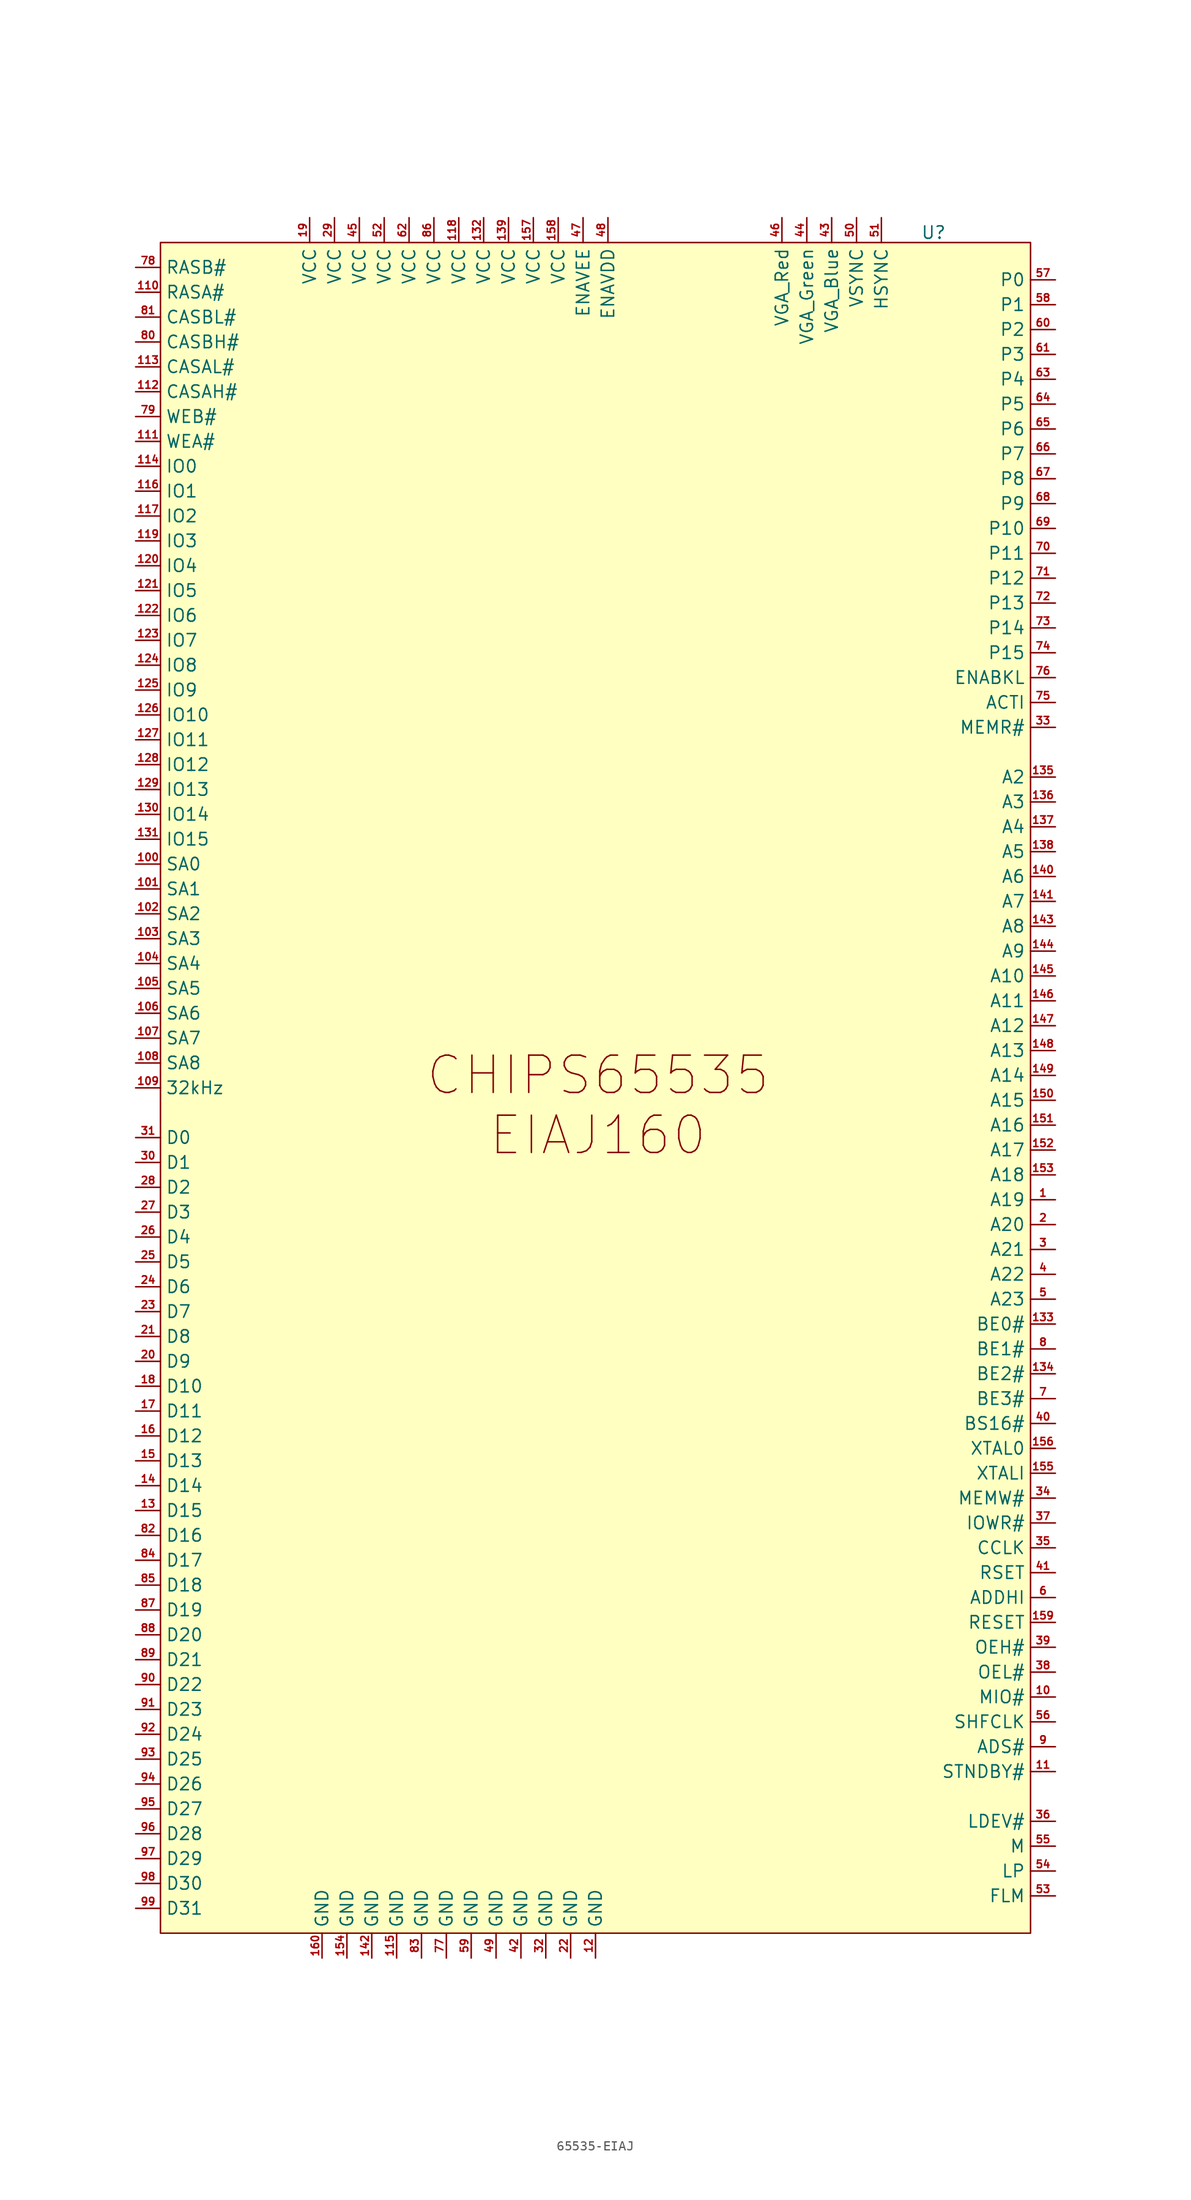
<source format=kicad_sym>
(kicad_symbol_lib
  (version 20241209)
  (generator "kicad_symbol_editor")
  (generator_version "9.0")
  (symbol "65535-EIAJ"
    (property "Reference" "U"
      (at 34.544 88.646 0)
      (effects (font (size 1.27 1.27))))
    (property "Value" ""
      (at 0 0 0)
      (effects (font (size 1.27 1.27))))
    (symbol "65535-EIAJ_1_1"
      (rectangle (start -44.45 87.63) (end 44.45 -85.09) (stroke (width 0) (type solid)) (fill (type color) (color 255 255 194 1)))
      (text "CHIPS65535\nEIAJ160" (at 0.254 -0.508 0) (effects (font (size 3.81 3.81))))
      (pin output line (at -46.99 85.09 0) (length 2.54) (name "RASB#" (effects (font (size 1.27 1.27)))) (number "78" (effects (font (size 0.762 0.762)))))
      (pin output line (at -46.99 82.55 0) (length 2.54) (name "RASA#" (effects (font (size 1.27 1.27)))) (number "110" (effects (font (size 0.762 0.762)))))
      (pin output line (at -46.99 80.01 0) (length 2.54) (name "CASBL#" (effects (font (size 1.27 1.27)))) (number "81" (effects (font (size 0.762 0.762)))))
      (pin output line (at -46.99 77.47 0) (length 2.54) (name "CASBH#" (effects (font (size 1.27 1.27)))) (number "80" (effects (font (size 0.762 0.762)))))
      (pin output line (at -46.99 74.93 0) (length 2.54) (name "CASAL#" (effects (font (size 1.27 1.27)))) (number "113" (effects (font (size 0.762 0.762)))))
      (pin output line (at -46.99 72.39 0) (length 2.54) (name "CASAH#" (effects (font (size 1.27 1.27)))) (number "112" (effects (font (size 0.762 0.762)))))
      (pin input line (at -46.99 69.85 0) (length 2.54) (name "WEB#" (effects (font (size 1.27 1.27)))) (number "79" (effects (font (size 0.762 0.762)))))
      (pin output line (at -46.99 67.31 0) (length 2.54) (name "WEA#" (effects (font (size 1.27 1.27)))) (number "111" (effects (font (size 0.762 0.762)))))
      (pin bidirectional line (at -46.99 64.77 0) (length 2.54) (name "IO0" (effects (font (size 1.27 1.27)))) (number "114" (effects (font (size 0.762 0.762)))))
      (pin bidirectional line (at -46.99 62.23 0) (length 2.54) (name "IO1" (effects (font (size 1.27 1.27)))) (number "116" (effects (font (size 0.762 0.762)))))
      (pin bidirectional line (at -46.99 59.69 0) (length 2.54) (name "IO2" (effects (font (size 1.27 1.27)))) (number "117" (effects (font (size 0.762 0.762)))))
      (pin bidirectional line (at -46.99 57.15 0) (length 2.54) (name "IO3" (effects (font (size 1.27 1.27)))) (number "119" (effects (font (size 0.762 0.762)))))
      (pin bidirectional line (at -46.99 54.61 0) (length 2.54) (name "IO4" (effects (font (size 1.27 1.27)))) (number "120" (effects (font (size 0.762 0.762)))))
      (pin bidirectional line (at -46.99 52.07 0) (length 2.54) (name "IO5" (effects (font (size 1.27 1.27)))) (number "121" (effects (font (size 0.762 0.762)))))
      (pin bidirectional line (at -46.99 49.53 0) (length 2.54) (name "IO6" (effects (font (size 1.27 1.27)))) (number "122" (effects (font (size 0.762 0.762)))))
      (pin bidirectional line (at -46.99 46.99 0) (length 2.54) (name "IO7" (effects (font (size 1.27 1.27)))) (number "123" (effects (font (size 0.762 0.762)))))
      (pin bidirectional line (at -46.99 44.45 0) (length 2.54) (name "IO8" (effects (font (size 1.27 1.27)))) (number "124" (effects (font (size 0.762 0.762)))))
      (pin bidirectional line (at -46.99 41.91 0) (length 2.54) (name "IO9" (effects (font (size 1.27 1.27)))) (number "125" (effects (font (size 0.762 0.762)))))
      (pin bidirectional line (at -46.99 39.37 0) (length 2.54) (name "IO10" (effects (font (size 1.27 1.27)))) (number "126" (effects (font (size 0.762 0.762)))))
      (pin bidirectional line (at -46.99 36.83 0) (length 2.54) (name "IO11" (effects (font (size 1.27 1.27)))) (number "127" (effects (font (size 0.762 0.762)))))
      (pin bidirectional line (at -46.99 34.29 0) (length 2.54) (name "IO12" (effects (font (size 1.27 1.27)))) (number "128" (effects (font (size 0.762 0.762)))))
      (pin bidirectional line (at -46.99 31.75 0) (length 2.54) (name "IO13" (effects (font (size 1.27 1.27)))) (number "129" (effects (font (size 0.762 0.762)))))
      (pin bidirectional line (at -46.99 29.21 0) (length 2.54) (name "IO14" (effects (font (size 1.27 1.27)))) (number "130" (effects (font (size 0.762 0.762)))))
      (pin bidirectional line (at -46.99 26.67 0) (length 2.54) (name "IO15" (effects (font (size 1.27 1.27)))) (number "131" (effects (font (size 0.762 0.762)))))
      (pin bidirectional line (at -46.99 24.13 0) (length 2.54) (name "SA0" (effects (font (size 1.27 1.27)))) (number "100" (effects (font (size 0.762 0.762)))))
      (pin bidirectional line (at -46.99 21.59 0) (length 2.54) (name "SA1" (effects (font (size 1.27 1.27)))) (number "101" (effects (font (size 0.762 0.762)))))
      (pin bidirectional line (at -46.99 19.05 0) (length 2.54) (name "SA2" (effects (font (size 1.27 1.27)))) (number "102" (effects (font (size 0.762 0.762)))))
      (pin bidirectional line (at -46.99 16.51 0) (length 2.54) (name "SA3" (effects (font (size 1.27 1.27)))) (number "103" (effects (font (size 0.762 0.762)))))
      (pin bidirectional line (at -46.99 13.97 0) (length 2.54) (name "SA4" (effects (font (size 1.27 1.27)))) (number "104" (effects (font (size 0.762 0.762)))))
      (pin bidirectional line (at -46.99 11.43 0) (length 2.54) (name "SA5" (effects (font (size 1.27 1.27)))) (number "105" (effects (font (size 0.762 0.762)))))
      (pin bidirectional line (at -46.99 8.89 0) (length 2.54) (name "SA6" (effects (font (size 1.27 1.27)))) (number "106" (effects (font (size 0.762 0.762)))))
      (pin bidirectional line (at -46.99 6.35 0) (length 2.54) (name "SA7" (effects (font (size 1.27 1.27)))) (number "107" (effects (font (size 0.762 0.762)))))
      (pin bidirectional line (at -46.99 3.81 0) (length 2.54) (name "SA8" (effects (font (size 1.27 1.27)))) (number "108" (effects (font (size 0.762 0.762)))))
      (pin bidirectional line (at -46.99 1.27 0) (length 2.54) (name "32kHz" (effects (font (size 1.27 1.27)))) (number "109" (effects (font (size 0.762 0.762)))))
      (pin bidirectional line (at -46.99 -3.81 0) (length 2.54) (name "D0" (effects (font (size 1.27 1.27)))) (number "31" (effects (font (size 0.762 0.762)))))
      (pin bidirectional line (at -46.99 -6.35 0) (length 2.54) (name "D1" (effects (font (size 1.27 1.27)))) (number "30" (effects (font (size 0.762 0.762)))))
      (pin bidirectional line (at -46.99 -8.89 0) (length 2.54) (name "D2" (effects (font (size 1.27 1.27)))) (number "28" (effects (font (size 0.762 0.762)))))
      (pin bidirectional line (at -46.99 -11.43 0) (length 2.54) (name "D3" (effects (font (size 1.27 1.27)))) (number "27" (effects (font (size 0.762 0.762)))))
      (pin bidirectional line (at -46.99 -13.97 0) (length 2.54) (name "D4" (effects (font (size 1.27 1.27)))) (number "26" (effects (font (size 0.762 0.762)))))
      (pin bidirectional line (at -46.99 -16.51 0) (length 2.54) (name "D5" (effects (font (size 1.27 1.27)))) (number "25" (effects (font (size 0.762 0.762)))))
      (pin bidirectional line (at -46.99 -19.05 0) (length 2.54) (name "D6" (effects (font (size 1.27 1.27)))) (number "24" (effects (font (size 0.762 0.762)))))
      (pin bidirectional line (at -46.99 -21.59 0) (length 2.54) (name "D7" (effects (font (size 1.27 1.27)))) (number "23" (effects (font (size 0.762 0.762)))))
      (pin bidirectional line (at -46.99 -24.13 0) (length 2.54) (name "D8" (effects (font (size 1.27 1.27)))) (number "21" (effects (font (size 0.762 0.762)))))
      (pin bidirectional line (at -46.99 -26.67 0) (length 2.54) (name "D9" (effects (font (size 1.27 1.27)))) (number "20" (effects (font (size 0.762 0.762)))))
      (pin bidirectional line (at -46.99 -29.21 0) (length 2.54) (name "D10" (effects (font (size 1.27 1.27)))) (number "18" (effects (font (size 0.762 0.762)))))
      (pin bidirectional line (at -46.99 -31.75 0) (length 2.54) (name "D11" (effects (font (size 1.27 1.27)))) (number "17" (effects (font (size 0.762 0.762)))))
      (pin bidirectional line (at -46.99 -34.29 0) (length 2.54) (name "D12" (effects (font (size 1.27 1.27)))) (number "16" (effects (font (size 0.762 0.762)))))
      (pin bidirectional line (at -46.99 -36.83 0) (length 2.54) (name "D13" (effects (font (size 1.27 1.27)))) (number "15" (effects (font (size 0.762 0.762)))))
      (pin bidirectional line (at -46.99 -39.37 0) (length 2.54) (name "D14" (effects (font (size 1.27 1.27)))) (number "14" (effects (font (size 0.762 0.762)))))
      (pin bidirectional line (at -46.99 -41.91 0) (length 2.54) (name "D15" (effects (font (size 1.27 1.27)))) (number "13" (effects (font (size 0.762 0.762)))))
      (pin bidirectional line (at -46.99 -44.45 0) (length 2.54) (name "D16" (effects (font (size 1.27 1.27)))) (number "82" (effects (font (size 0.762 0.762)))))
      (pin bidirectional line (at -46.99 -46.99 0) (length 2.54) (name "D17" (effects (font (size 1.27 1.27)))) (number "84" (effects (font (size 0.762 0.762)))))
      (pin bidirectional line (at -46.99 -49.53 0) (length 2.54) (name "D18" (effects (font (size 1.27 1.27)))) (number "85" (effects (font (size 0.762 0.762)))))
      (pin bidirectional line (at -46.99 -52.07 0) (length 2.54) (name "D19" (effects (font (size 1.27 1.27)))) (number "87" (effects (font (size 0.762 0.762)))))
      (pin bidirectional line (at -46.99 -54.61 0) (length 2.54) (name "D20" (effects (font (size 1.27 1.27)))) (number "88" (effects (font (size 0.762 0.762)))))
      (pin bidirectional line (at -46.99 -57.15 0) (length 2.54) (name "D21" (effects (font (size 1.27 1.27)))) (number "89" (effects (font (size 0.762 0.762)))))
      (pin bidirectional line (at -46.99 -59.69 0) (length 2.54) (name "D22" (effects (font (size 1.27 1.27)))) (number "90" (effects (font (size 0.762 0.762)))))
      (pin bidirectional line (at -46.99 -62.23 0) (length 2.54) (name "D23" (effects (font (size 1.27 1.27)))) (number "91" (effects (font (size 0.762 0.762)))))
      (pin bidirectional line (at -46.99 -64.77 0) (length 2.54) (name "D24" (effects (font (size 1.27 1.27)))) (number "92" (effects (font (size 0.762 0.762)))))
      (pin bidirectional line (at -46.99 -67.31 0) (length 2.54) (name "D25" (effects (font (size 1.27 1.27)))) (number "93" (effects (font (size 0.762 0.762)))))
      (pin bidirectional line (at -46.99 -69.85 0) (length 2.54) (name "D26" (effects (font (size 1.27 1.27)))) (number "94" (effects (font (size 0.762 0.762)))))
      (pin bidirectional line (at -46.99 -72.39 0) (length 2.54) (name "D27" (effects (font (size 1.27 1.27)))) (number "95" (effects (font (size 0.762 0.762)))))
      (pin bidirectional line (at -46.99 -74.93 0) (length 2.54) (name "D28" (effects (font (size 1.27 1.27)))) (number "96" (effects (font (size 0.762 0.762)))))
      (pin bidirectional line (at -46.99 -77.47 0) (length 2.54) (name "D29" (effects (font (size 1.27 1.27)))) (number "97" (effects (font (size 0.762 0.762)))))
      (pin bidirectional line (at -46.99 -80.01 0) (length 2.54) (name "D30" (effects (font (size 1.27 1.27)))) (number "98" (effects (font (size 0.762 0.762)))))
      (pin bidirectional line (at -46.99 -82.55 0) (length 2.54) (name "D31" (effects (font (size 1.27 1.27)))) (number "99" (effects (font (size 0.762 0.762)))))
      (pin power_in line (at -29.21 90.17 270) (length 2.54) (name "VCC" (effects (font (size 1.27 1.27)))) (number "19" (effects (font (size 0.762 0.762)))))
      (pin power_in line (at -27.94 -87.63 90) (length 2.54) (name "GND" (effects (font (size 1.27 1.27)))) (number "160" (effects (font (size 0.762 0.762)))))
      (pin power_in line (at -26.67 90.17 270) (length 2.54) (name "VCC" (effects (font (size 1.27 1.27)))) (number "29" (effects (font (size 0.762 0.762)))))
      (pin power_in line (at -25.4 -87.63 90) (length 2.54) (name "GND" (effects (font (size 1.27 1.27)))) (number "154" (effects (font (size 0.762 0.762)))))
      (pin power_in line (at -24.13 90.17 270) (length 2.54) (name "VCC" (effects (font (size 1.27 1.27)))) (number "45" (effects (font (size 0.762 0.762)))))
      (pin power_in line (at -22.86 -87.63 90) (length 2.54) (name "GND" (effects (font (size 1.27 1.27)))) (number "142" (effects (font (size 0.762 0.762)))))
      (pin power_in line (at -21.59 90.17 270) (length 2.54) (name "VCC" (effects (font (size 1.27 1.27)))) (number "52" (effects (font (size 0.762 0.762)))))
      (pin power_in line (at -20.32 -87.63 90) (length 2.54) (name "GND" (effects (font (size 1.27 1.27)))) (number "115" (effects (font (size 0.762 0.762)))))
      (pin power_in line (at -19.05 90.17 270) (length 2.54) (name "VCC" (effects (font (size 1.27 1.27)))) (number "62" (effects (font (size 0.762 0.762)))))
      (pin power_in line (at -17.78 -87.63 90) (length 2.54) (name "GND" (effects (font (size 1.27 1.27)))) (number "83" (effects (font (size 0.762 0.762)))))
      (pin power_in line (at -16.51 90.17 270) (length 2.54) (name "VCC" (effects (font (size 1.27 1.27)))) (number "86" (effects (font (size 0.762 0.762)))))
      (pin power_in line (at -15.24 -87.63 90) (length 2.54) (name "GND" (effects (font (size 1.27 1.27)))) (number "77" (effects (font (size 0.762 0.762)))))
      (pin power_in line (at -13.97 90.17 270) (length 2.54) (name "VCC" (effects (font (size 1.27 1.27)))) (number "118" (effects (font (size 0.762 0.762)))))
      (pin power_in line (at -12.7 -87.63 90) (length 2.54) (name "GND" (effects (font (size 1.27 1.27)))) (number "59" (effects (font (size 0.762 0.762)))))
      (pin power_in line (at -11.43 90.17 270) (length 2.54) (name "VCC" (effects (font (size 1.27 1.27)))) (number "132" (effects (font (size 0.762 0.762)))))
      (pin power_in line (at -10.16 -87.63 90) (length 2.54) (name "GND" (effects (font (size 1.27 1.27)))) (number "49" (effects (font (size 0.762 0.762)))))
      (pin power_in line (at -8.89 90.17 270) (length 2.54) (name "VCC" (effects (font (size 1.27 1.27)))) (number "139" (effects (font (size 0.762 0.762)))))
      (pin power_in line (at -7.62 -87.63 90) (length 2.54) (name "GND" (effects (font (size 1.27 1.27)))) (number "42" (effects (font (size 0.762 0.762)))))
      (pin power_in line (at -6.35 90.17 270) (length 2.54) (name "VCC" (effects (font (size 1.27 1.27)))) (number "157" (effects (font (size 0.762 0.762)))))
      (pin power_in line (at -5.08 -87.63 90) (length 2.54) (name "GND" (effects (font (size 1.27 1.27)))) (number "32" (effects (font (size 0.762 0.762)))))
      (pin power_in line (at -3.81 90.17 270) (length 2.54) (name "VCC" (effects (font (size 1.27 1.27)))) (number "158" (effects (font (size 0.762 0.762)))))
      (pin power_in line (at -2.54 -87.63 90) (length 2.54) (name "GND" (effects (font (size 1.27 1.27)))) (number "22" (effects (font (size 0.762 0.762)))))
      (pin output line (at -1.27 90.17 270) (length 2.54) (name "ENAVEE" (effects (font (size 1.27 1.27)))) (number "47" (effects (font (size 0.762 0.762)))))
      (pin power_in line (at 0 -87.63 90) (length 2.54) (name "GND" (effects (font (size 1.27 1.27)))) (number "12" (effects (font (size 0.762 0.762)))))
      (pin output line (at 1.27 90.17 270) (length 2.54) (name "ENAVDD" (effects (font (size 1.27 1.27)))) (number "48" (effects (font (size 0.762 0.762)))))
      (pin output line (at 19.05 90.17 270) (length 2.54) (name "VGA_Red" (effects (font (size 1.27 1.27)))) (number "46" (effects (font (size 0.762 0.762)))))
      (pin output line (at 21.59 90.17 270) (length 2.54) (name "VGA_Green" (effects (font (size 1.27 1.27)))) (number "44" (effects (font (size 0.762 0.762)))))
      (pin output line (at 24.13 90.17 270) (length 2.54) (name "VGA_Blue" (effects (font (size 1.27 1.27)))) (number "43" (effects (font (size 0.762 0.762)))))
      (pin output line (at 26.67 90.17 270) (length 2.54) (name "VSYNC" (effects (font (size 1.27 1.27)))) (number "50" (effects (font (size 0.762 0.762)))))
      (pin output line (at 29.21 90.17 270) (length 2.54) (name "HSYNC" (effects (font (size 1.27 1.27)))) (number "51" (effects (font (size 0.762 0.762)))))
      (pin output line (at 46.99 83.82 180) (length 2.54) (name "P0" (effects (font (size 1.27 1.27)))) (number "57" (effects (font (size 0.762 0.762)))))
      (pin output line (at 46.99 81.28 180) (length 2.54) (name "P1" (effects (font (size 1.27 1.27)))) (number "58" (effects (font (size 0.762 0.762)))))
      (pin output line (at 46.99 78.74 180) (length 2.54) (name "P2" (effects (font (size 1.27 1.27)))) (number "60" (effects (font (size 0.762 0.762)))))
      (pin output line (at 46.99 76.2 180) (length 2.54) (name "P3" (effects (font (size 1.27 1.27)))) (number "61" (effects (font (size 0.762 0.762)))))
      (pin output line (at 46.99 73.66 180) (length 2.54) (name "P4" (effects (font (size 1.27 1.27)))) (number "63" (effects (font (size 0.762 0.762)))))
      (pin output line (at 46.99 71.12 180) (length 2.54) (name "P5" (effects (font (size 1.27 1.27)))) (number "64" (effects (font (size 0.762 0.762)))))
      (pin output line (at 46.99 68.58 180) (length 2.54) (name "P6" (effects (font (size 1.27 1.27)))) (number "65" (effects (font (size 0.762 0.762)))))
      (pin output line (at 46.99 66.04 180) (length 2.54) (name "P7" (effects (font (size 1.27 1.27)))) (number "66" (effects (font (size 0.762 0.762)))))
      (pin output line (at 46.99 63.5 180) (length 2.54) (name "P8" (effects (font (size 1.27 1.27)))) (number "67" (effects (font (size 0.762 0.762)))))
      (pin output line (at 46.99 60.96 180) (length 2.54) (name "P9" (effects (font (size 1.27 1.27)))) (number "68" (effects (font (size 0.762 0.762)))))
      (pin output line (at 46.99 58.42 180) (length 2.54) (name "P10" (effects (font (size 1.27 1.27)))) (number "69" (effects (font (size 0.762 0.762)))))
      (pin output line (at 46.99 55.88 180) (length 2.54) (name "P11" (effects (font (size 1.27 1.27)))) (number "70" (effects (font (size 0.762 0.762)))))
      (pin output line (at 46.99 53.34 180) (length 2.54) (name "P12" (effects (font (size 1.27 1.27)))) (number "71" (effects (font (size 0.762 0.762)))))
      (pin output line (at 46.99 50.8 180) (length 2.54) (name "P13" (effects (font (size 1.27 1.27)))) (number "72" (effects (font (size 0.762 0.762)))))
      (pin output line (at 46.99 48.26 180) (length 2.54) (name "P14" (effects (font (size 1.27 1.27)))) (number "73" (effects (font (size 0.762 0.762)))))
      (pin output line (at 46.99 45.72 180) (length 2.54) (name "P15" (effects (font (size 1.27 1.27)))) (number "74" (effects (font (size 0.762 0.762)))))
      (pin bidirectional line (at 46.99 43.18 180) (length 2.54) (name "ENABKL" (effects (font (size 1.27 1.27)))) (number "76" (effects (font (size 0.762 0.762)))))
      (pin bidirectional line (at 46.99 40.64 180) (length 2.54) (name "ACTI" (effects (font (size 1.27 1.27)))) (number "75" (effects (font (size 0.762 0.762)))))
      (pin input line (at 46.99 38.1 180) (length 2.54) (name "MEMR#" (effects (font (size 1.27 1.27)))) (number "33" (effects (font (size 0.762 0.762)))))
      (pin input line (at 46.99 33.02 180) (length 2.54) (name "A2" (effects (font (size 1.27 1.27)))) (number "135" (effects (font (size 0.762 0.762)))))
      (pin input line (at 46.99 30.48 180) (length 2.54) (name "A3" (effects (font (size 1.27 1.27)))) (number "136" (effects (font (size 0.762 0.762)))))
      (pin input line (at 46.99 27.94 180) (length 2.54) (name "A4" (effects (font (size 1.27 1.27)))) (number "137" (effects (font (size 0.762 0.762)))))
      (pin input line (at 46.99 25.4 180) (length 2.54) (name "A5" (effects (font (size 1.27 1.27)))) (number "138" (effects (font (size 0.762 0.762)))))
      (pin input line (at 46.99 22.86 180) (length 2.54) (name "A6" (effects (font (size 1.27 1.27)))) (number "140" (effects (font (size 0.762 0.762)))))
      (pin input line (at 46.99 20.32 180) (length 2.54) (name "A7" (effects (font (size 1.27 1.27)))) (number "141" (effects (font (size 0.762 0.762)))))
      (pin input line (at 46.99 17.78 180) (length 2.54) (name "A8" (effects (font (size 1.27 1.27)))) (number "143" (effects (font (size 0.762 0.762)))))
      (pin input line (at 46.99 15.24 180) (length 2.54) (name "A9" (effects (font (size 1.27 1.27)))) (number "144" (effects (font (size 0.762 0.762)))))
      (pin input line (at 46.99 12.7 180) (length 2.54) (name "A10" (effects (font (size 1.27 1.27)))) (number "145" (effects (font (size 0.762 0.762)))))
      (pin input line (at 46.99 10.16 180) (length 2.54) (name "A11" (effects (font (size 1.27 1.27)))) (number "146" (effects (font (size 0.762 0.762)))))
      (pin input line (at 46.99 7.62 180) (length 2.54) (name "A12" (effects (font (size 1.27 1.27)))) (number "147" (effects (font (size 0.762 0.762)))))
      (pin input line (at 46.99 5.08 180) (length 2.54) (name "A13" (effects (font (size 1.27 1.27)))) (number "148" (effects (font (size 0.762 0.762)))))
      (pin input line (at 46.99 2.54 180) (length 2.54) (name "A14" (effects (font (size 1.27 1.27)))) (number "149" (effects (font (size 0.762 0.762)))))
      (pin input line (at 46.99 0 180) (length 2.54) (name "A15" (effects (font (size 1.27 1.27)))) (number "150" (effects (font (size 0.762 0.762)))))
      (pin input line (at 46.99 -2.54 180) (length 2.54) (name "A16" (effects (font (size 1.27 1.27)))) (number "151" (effects (font (size 0.762 0.762)))))
      (pin input line (at 46.99 -5.08 180) (length 2.54) (name "A17" (effects (font (size 1.27 1.27)))) (number "152" (effects (font (size 0.762 0.762)))))
      (pin input line (at 46.99 -7.62 180) (length 2.54) (name "A18" (effects (font (size 1.27 1.27)))) (number "153" (effects (font (size 0.762 0.762)))))
      (pin input line (at 46.99 -10.16 180) (length 2.54) (name "A19" (effects (font (size 1.27 1.27)))) (number "1" (effects (font (size 0.762 0.762)))))
      (pin input line (at 46.99 -12.7 180) (length 2.54) (name "A20" (effects (font (size 1.27 1.27)))) (number "2" (effects (font (size 0.762 0.762)))))
      (pin input line (at 46.99 -15.24 180) (length 2.54) (name "A21" (effects (font (size 1.27 1.27)))) (number "3" (effects (font (size 0.762 0.762)))))
      (pin input line (at 46.99 -17.78 180) (length 2.54) (name "A22" (effects (font (size 1.27 1.27)))) (number "4" (effects (font (size 0.762 0.762)))))
      (pin input line (at 46.99 -20.32 180) (length 2.54) (name "A23" (effects (font (size 1.27 1.27)))) (number "5" (effects (font (size 0.762 0.762)))))
      (pin input line (at 46.99 -22.86 180) (length 2.54) (name "BE0#" (effects (font (size 1.27 1.27)))) (number "133" (effects (font (size 0.762 0.762)))))
      (pin input line (at 46.99 -25.4 180) (length 2.54) (name "BE1#" (effects (font (size 1.27 1.27)))) (number "8" (effects (font (size 0.762 0.762)))))
      (pin input line (at 46.99 -27.94 180) (length 2.54) (name "BE2#" (effects (font (size 1.27 1.27)))) (number "134" (effects (font (size 0.762 0.762)))))
      (pin input line (at 46.99 -30.48 180) (length 2.54) (name "BE3#" (effects (font (size 1.27 1.27)))) (number "7" (effects (font (size 0.762 0.762)))))
      (pin output line (at 46.99 -33.02 180) (length 2.54) (name "BS16#" (effects (font (size 1.27 1.27)))) (number "40" (effects (font (size 0.762 0.762)))))
      (pin output line (at 46.99 -35.56 180) (length 2.54) (name "XTAL0" (effects (font (size 1.27 1.27)))) (number "156" (effects (font (size 0.762 0.762)))))
      (pin input line (at 46.99 -38.1 180) (length 2.54) (name "XTALI" (effects (font (size 1.27 1.27)))) (number "155" (effects (font (size 0.762 0.762)))))
      (pin input line (at 46.99 -40.64 180) (length 2.54) (name "MEMW#" (effects (font (size 1.27 1.27)))) (number "34" (effects (font (size 0.762 0.762)))))
      (pin input line (at 46.99 -43.18 180) (length 2.54) (name "IOWR#" (effects (font (size 1.27 1.27)))) (number "37" (effects (font (size 0.762 0.762)))))
      (pin input line (at 46.99 -45.72 180) (length 2.54) (name "CCLK" (effects (font (size 1.27 1.27)))) (number "35" (effects (font (size 0.762 0.762)))))
      (pin input line (at 46.99 -48.26 180) (length 2.54) (name "RSET" (effects (font (size 1.27 1.27)))) (number "41" (effects (font (size 0.762 0.762)))))
      (pin input line (at 46.99 -50.8 180) (length 2.54) (name "ADDHI" (effects (font (size 1.27 1.27)))) (number "6" (effects (font (size 0.762 0.762)))))
      (pin input line (at 46.99 -53.34 180) (length 2.54) (name "RESET" (effects (font (size 1.27 1.27)))) (number "159" (effects (font (size 0.762 0.762)))))
      (pin output line (at 46.99 -55.88 180) (length 2.54) (name "OEH#" (effects (font (size 1.27 1.27)))) (number "39" (effects (font (size 0.762 0.762)))))
      (pin output line (at 46.99 -58.42 180) (length 2.54) (name "OEL#" (effects (font (size 1.27 1.27)))) (number "38" (effects (font (size 0.762 0.762)))))
      (pin input line (at 46.99 -60.96 180) (length 2.54) (name "MIO#" (effects (font (size 1.27 1.27)))) (number "10" (effects (font (size 0.762 0.762)))))
      (pin output line (at 46.99 -63.5 180) (length 2.54) (name "SHFCLK" (effects (font (size 1.27 1.27)))) (number "56" (effects (font (size 0.762 0.762)))))
      (pin input line (at 46.99 -66.04 180) (length 2.54) (name "ADS#" (effects (font (size 1.27 1.27)))) (number "9" (effects (font (size 0.762 0.762)))))
      (pin input line (at 46.99 -68.58 180) (length 2.54) (name "STNDBY#" (effects (font (size 1.27 1.27)))) (number "11" (effects (font (size 0.762 0.762)))))
      (pin bidirectional line (at 46.99 -73.66 180) (length 2.54) (name "LDEV#" (effects (font (size 1.27 1.27)))) (number "36" (effects (font (size 0.762 0.762)))))
      (pin output line (at 46.99 -76.2 180) (length 2.54) (name "M" (effects (font (size 1.27 1.27)))) (number "55" (effects (font (size 0.762 0.762)))))
      (pin output line (at 46.99 -78.74 180) (length 2.54) (name "LP" (effects (font (size 1.27 1.27)))) (number "54" (effects (font (size 0.762 0.762)))))
      (pin output line (at 46.99 -81.28 180) (length 2.54) (name "FLM" (effects (font (size 1.27 1.27)))) (number "53" (effects (font (size 0.762 0.762))))))))
</source>
